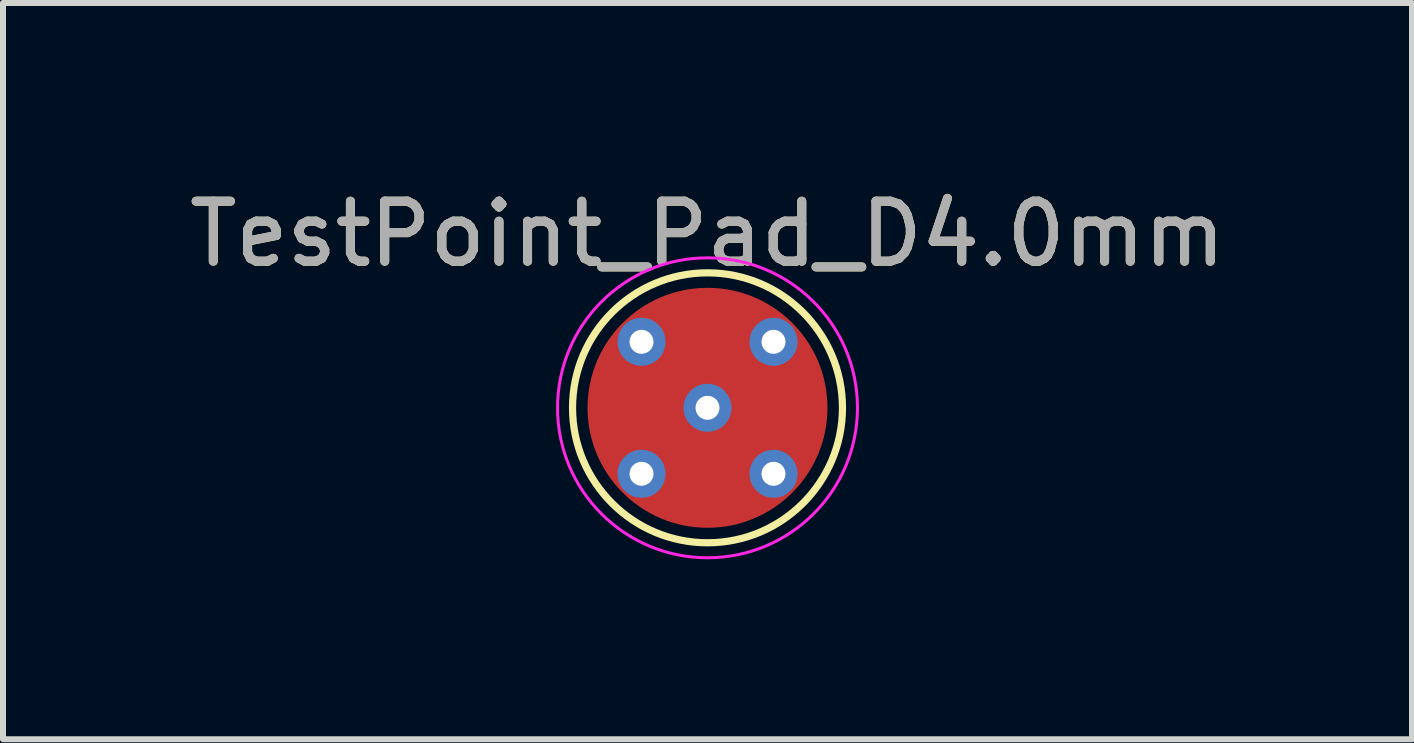
<source format=kicad_pcb>
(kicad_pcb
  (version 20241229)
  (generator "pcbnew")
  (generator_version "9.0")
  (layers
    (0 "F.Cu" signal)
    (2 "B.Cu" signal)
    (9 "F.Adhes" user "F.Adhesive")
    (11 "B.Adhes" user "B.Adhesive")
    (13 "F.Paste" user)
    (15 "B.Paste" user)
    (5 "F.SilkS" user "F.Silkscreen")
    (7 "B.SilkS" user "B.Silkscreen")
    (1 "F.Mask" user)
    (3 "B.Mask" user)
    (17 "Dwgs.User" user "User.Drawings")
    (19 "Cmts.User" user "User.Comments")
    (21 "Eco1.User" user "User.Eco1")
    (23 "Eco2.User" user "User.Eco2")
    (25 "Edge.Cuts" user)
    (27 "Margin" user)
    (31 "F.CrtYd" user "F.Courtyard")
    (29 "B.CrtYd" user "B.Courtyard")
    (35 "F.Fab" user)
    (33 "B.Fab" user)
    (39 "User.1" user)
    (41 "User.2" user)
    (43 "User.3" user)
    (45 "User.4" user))
  (footprint "TestPoint_Pad_D4.0mm"
    (layer "F.Cu")
    (at 8.744 3.748)
    (property "Reference" "TestPoint_Pad_D4.0mm" (at 0 -2.898 0) (layer "F.SilkS") (effects (font (size 1 1) (thickness 0.15))))
    (attr exclude_from_pos_files exclude_from_bom)
    (fp_circle (center 0 0) (end 0 2.25) (stroke (width 0.12) (type solid)) (fill no) (layer "F.SilkS"))
    (fp_circle (center 0 0) (end 2.5 0) (stroke (width 0.05) (type solid)) (fill no) (layer "F.CrtYd"))
    (fp_text user "${REFERENCE}" (at 0 -2.9 0) (layer "F.Fab") (effects (font (size 1 1) (thickness 0.15))))
    (pad "1" thru_hole circle (at -1.1 -1.1) (size 0.8 0.8) (drill 0.4) (layers "*.Cu" "*.Mask"))
    (pad "1" thru_hole circle (at -1.1 1.1) (size 0.8 0.8) (drill 0.4) (layers "*.Cu" "*.Mask"))
    (pad "1" thru_hole circle (at 0 0) (size 0.8 0.8) (drill 0.4) (layers "*.Cu" "*.Mask"))
    (pad "1" smd circle (at 0 0) (size 4 4) (layers "F.Cu" "F.Mask"))
    (pad "1" thru_hole circle (at 1.1 -1.1) (size 0.8 0.8) (drill 0.4) (layers "*.Cu" "*.Mask"))
    (pad "1" thru_hole circle (at 1.1 1.1) (size 0.8 0.8) (drill 0.4) (layers "*.Cu" "*.Mask")))
  (gr_rect
    (start -3 -3)
    (end 20.488 9.273)
    (stroke (width 0.1) (type default))
    (fill no)
    (layer "Edge.Cuts")))
</source>
